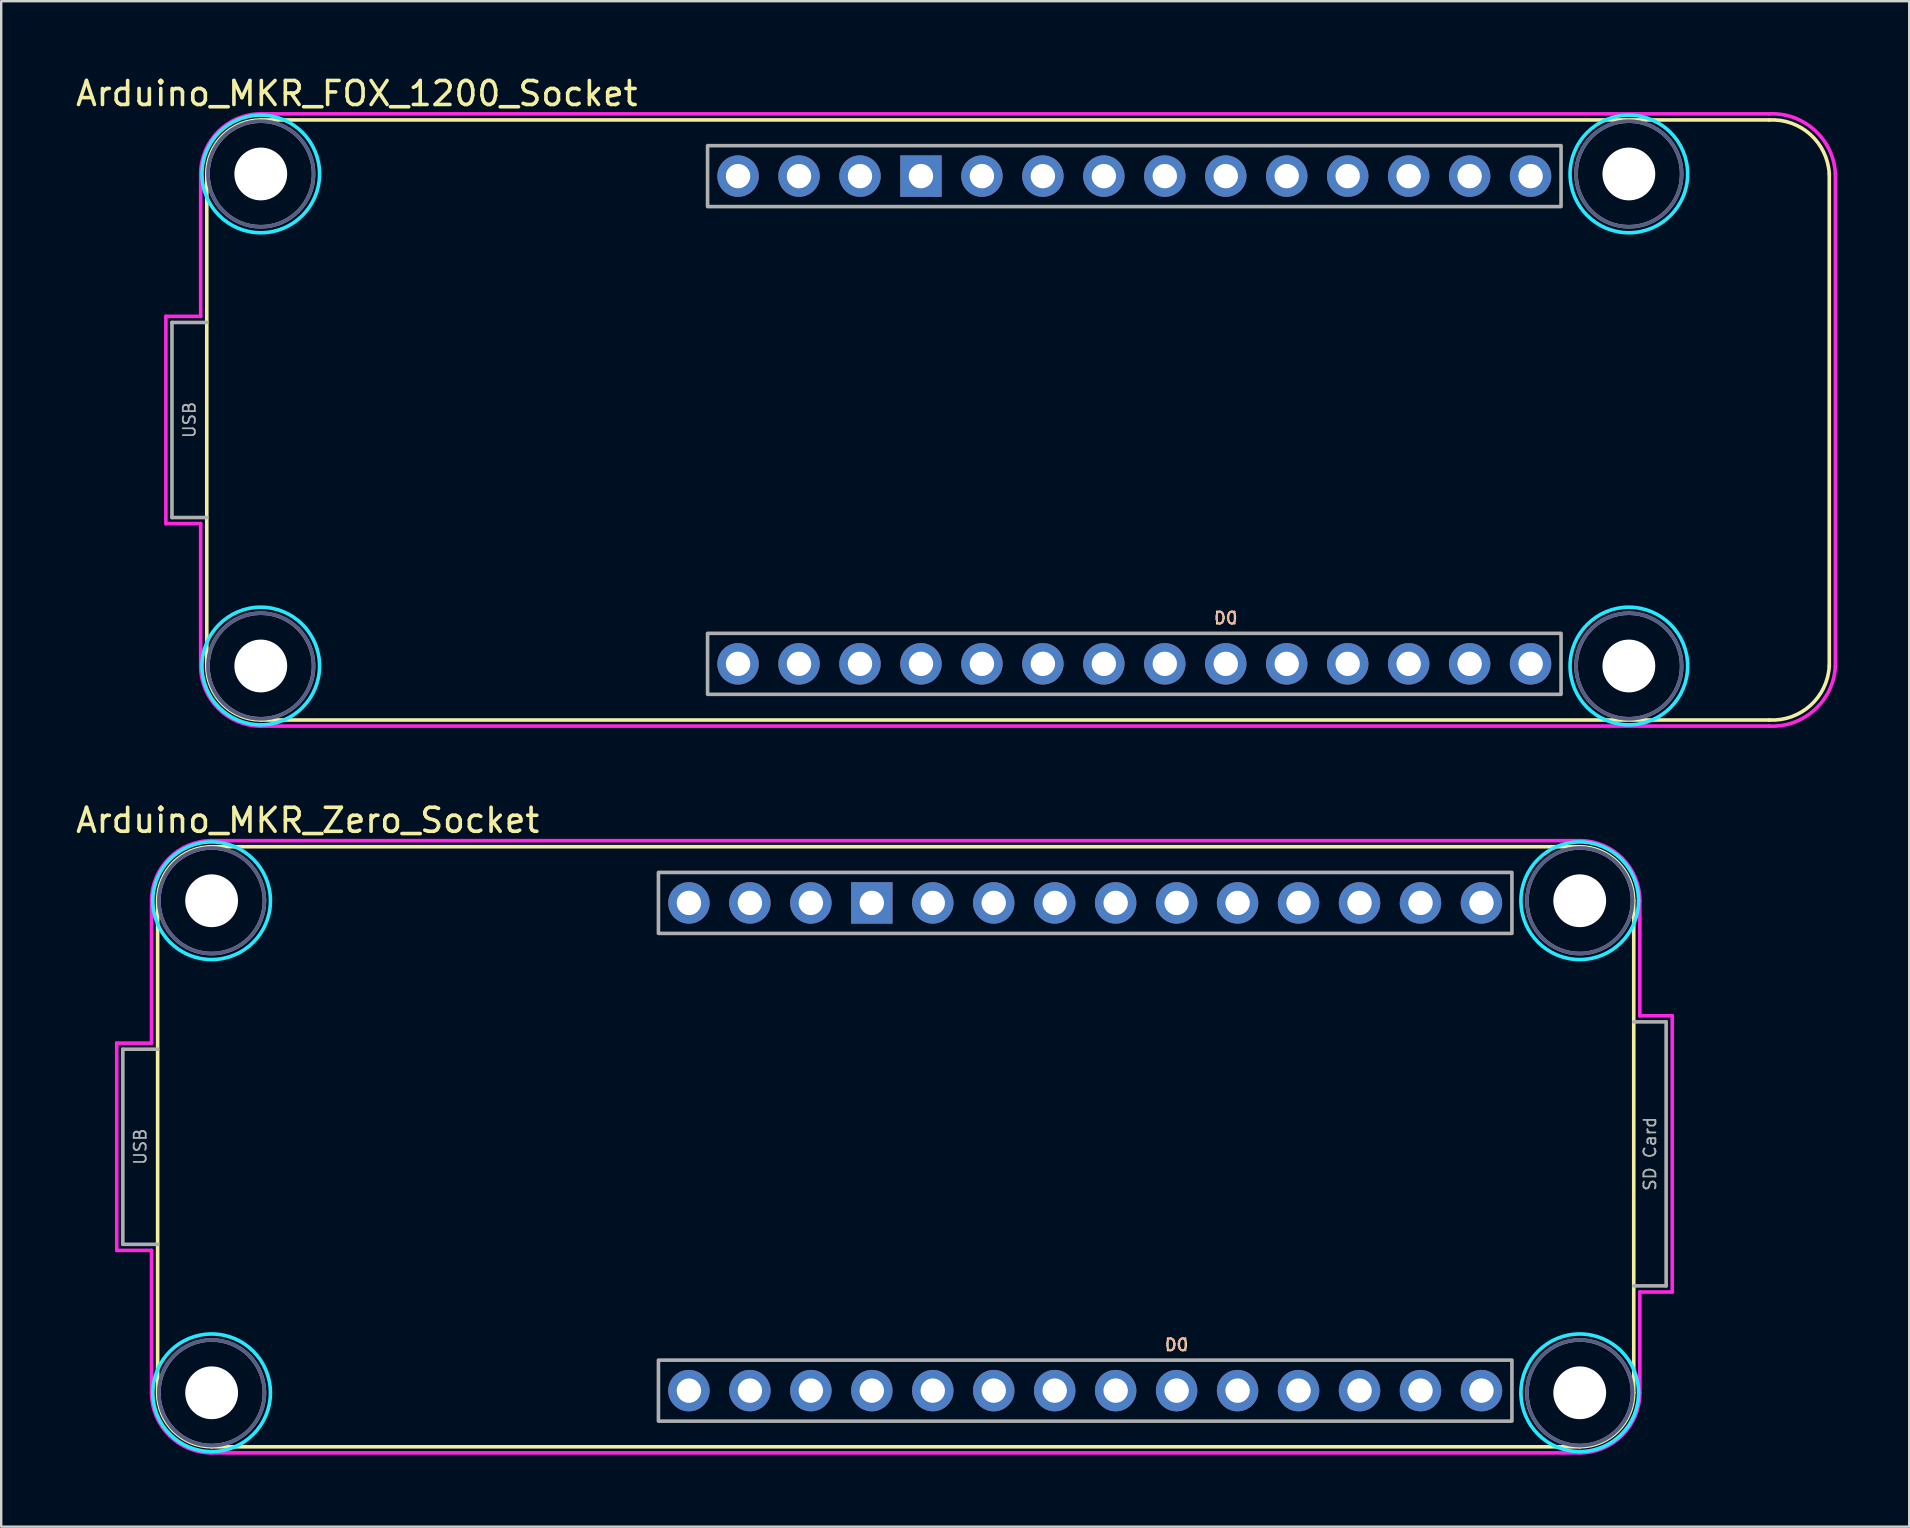
<source format=kicad_pcb>
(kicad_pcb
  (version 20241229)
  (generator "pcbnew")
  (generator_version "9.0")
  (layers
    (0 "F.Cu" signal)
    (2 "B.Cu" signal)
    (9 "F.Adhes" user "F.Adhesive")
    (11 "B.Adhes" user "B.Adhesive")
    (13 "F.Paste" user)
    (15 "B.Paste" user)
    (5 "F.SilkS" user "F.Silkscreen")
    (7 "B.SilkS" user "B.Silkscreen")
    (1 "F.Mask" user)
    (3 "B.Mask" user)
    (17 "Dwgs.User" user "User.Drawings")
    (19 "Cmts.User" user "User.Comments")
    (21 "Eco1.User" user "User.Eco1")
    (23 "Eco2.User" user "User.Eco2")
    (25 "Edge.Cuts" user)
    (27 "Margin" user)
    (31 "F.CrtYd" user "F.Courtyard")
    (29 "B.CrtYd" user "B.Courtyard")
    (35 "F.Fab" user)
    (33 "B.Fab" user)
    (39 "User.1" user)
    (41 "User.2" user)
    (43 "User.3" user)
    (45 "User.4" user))
  (footprint "Arduino_MKR_FOX_1200_Socket"
    (layer "F.Cu")
    (at 7.815 4.198)
    (property "Reference" "Arduino_MKR_FOX_1200_Socket" (at 4 -3.35 0) (unlocked yes) (layer "F.SilkS") (effects (font (size 1 1) (thickness 0.15))))
    (attr through_hole)
    (fp_line (start -2.25 20.5) (end -2.25 0) (stroke (width 0.15) (type solid)) (layer "F.SilkS"))
    (fp_line (start 0 -2.25) (end 62.846 -2.25) (stroke (width 0.15) (type solid)) (layer "F.SilkS"))
    (fp_line (start 0 22.75) (end 62.846 22.75) (stroke (width 0.15) (type solid)) (layer "F.SilkS"))
    (fp_line (start 65.35 20.5) (end 65.35 0) (stroke (width 0.15) (type solid)) (layer "F.SilkS"))
    (fp_arc (start -2.25 0) (mid -1.59099 -1.59099) (end 0 -2.25) (stroke (width 0.15) (type solid)) (layer "F.SilkS"))
    (fp_arc (start 0 22.75) (mid -1.59099 22.09099) (end -2.25 20.5) (stroke (width 0.15) (type solid)) (layer "F.SilkS"))
    (fp_arc (start 62.846 -2.25) (mid 64.56399 -1.643595) (end 65.35 0) (stroke (width 0.15) (type solid)) (layer "F.SilkS"))
    (fp_arc (start 65.35 20.5) (mid 64.56399 22.143595) (end 62.846 22.75) (stroke (width 0.15) (type solid)) (layer "F.SilkS"))
    (fp_circle (center 0 0) (end 2.45 0) (stroke (width 0.15) (type solid)) (fill no) (layer "B.CrtYd"))
    (fp_circle (center 0 20.5) (end 2.45 20.5) (stroke (width 0.15) (type solid)) (fill no) (layer "B.CrtYd"))
    (fp_circle (center 57 0) (end 59.45 0) (stroke (width 0.15) (type solid)) (fill no) (layer "B.CrtYd"))
    (fp_circle (center 57 20.5) (end 59.45 20.5) (stroke (width 0.15) (type solid)) (fill no) (layer "B.CrtYd"))
    (fp_line (start -3.954 5.932) (end -2.504 5.932) (stroke (width 0.15) (type solid)) (layer "F.CrtYd"))
    (fp_line (start -3.954 14.568) (end -3.954 5.932) (stroke (width 0.15) (type solid)) (layer "F.CrtYd"))
    (fp_line (start -2.504 5.932) (end -2.504 0) (stroke (width 0.15) (type solid)) (layer "F.CrtYd"))
    (fp_line (start -2.504 14.568) (end -3.954 14.568) (stroke (width 0.15) (type solid)) (layer "F.CrtYd"))
    (fp_line (start -2.504 20.5) (end -2.504 14.568) (stroke (width 0.15) (type solid)) (layer "F.CrtYd"))
    (fp_line (start 0 -2.504) (end 62.846 -2.504) (stroke (width 0.15) (type solid)) (layer "F.CrtYd"))
    (fp_line (start 62.846 23.004) (end 0 23.004) (stroke (width 0.15) (type solid)) (layer "F.CrtYd"))
    (fp_line (start 65.604 0) (end 65.604 20.5) (stroke (width 0.15) (type solid)) (layer "F.CrtYd"))
    (fp_arc (start -2.504 0) (mid -1.770595 -1.770595) (end 0 -2.504) (stroke (width 0.15) (type solid)) (layer "F.CrtYd"))
    (fp_arc (start 0 23.004) (mid -1.770595 22.270595) (end -2.504 20.5) (stroke (width 0.15) (type solid)) (layer "F.CrtYd"))
    (fp_arc (start 62.846 -2.504) (mid 64.743595 -1.823201) (end 65.604 0) (stroke (width 0.15) (type solid)) (layer "F.CrtYd"))
    (fp_arc (start 65.604 20.5) (mid 64.743595 22.323201) (end 62.846 23.004) (stroke (width 0.15) (type solid)) (layer "F.CrtYd"))
    (fp_circle (center 0 0) (end 2.2 0) (stroke (width 0.15) (type solid)) (fill no) (layer "B.Fab"))
    (fp_circle (center 0 20.5) (end 2.2 20.5) (stroke (width 0.15) (type solid)) (fill no) (layer "B.Fab"))
    (fp_circle (center 57 0) (end 59.2 0) (stroke (width 0.15) (type solid)) (fill no) (layer "B.Fab"))
    (fp_circle (center 57 20.5) (end 59.2 20.5) (stroke (width 0.15) (type solid)) (fill no) (layer "B.Fab"))
    (fp_line (start -3.7 6.186) (end -3.7 14.314) (stroke (width 0.15) (type solid)) (layer "F.Fab"))
    (fp_line (start -3.7 14.314) (end -2.25 14.314) (stroke (width 0.15) (type solid)) (layer "F.Fab"))
    (fp_line (start -2.25 6.186) (end -3.7 6.186) (stroke (width 0.15) (type solid)) (layer "F.Fab"))
    (fp_rect (start 18.615 -1.18) (end 54.175 1.36) (stroke (width 0.15) (type solid)) (fill no) (layer "F.Fab"))
    (fp_rect (start 18.615 19.14) (end 54.175 21.68) (stroke (width 0.15) (type solid)) (fill no) (layer "F.Fab"))
    (fp_circle (center 0 0) (end 2.2 0) (stroke (width 0.15) (type solid)) (fill no) (layer "F.Fab"))
    (fp_circle (center 0 20.5) (end 2.2 20.5) (stroke (width 0.15) (type solid)) (fill no) (layer "F.Fab"))
    (fp_circle (center 57 0) (end 59.2 0) (stroke (width 0.15) (type solid)) (fill no) (layer "F.Fab"))
    (fp_circle (center 57 20.5) (end 59.2 20.5) (stroke (width 0.15) (type solid)) (fill no) (layer "F.Fab"))
    (fp_text user "D0" (at 40.205 18.505 0) (unlocked yes) (layer "F.SilkS") (effects (font (size 0.5 0.5) (thickness 0.075))))
    (fp_text user "D0" (at 40.205 18.505 0) (unlocked yes) (layer "B.SilkS") (effects (font (size 0.5 0.5) (thickness 0.075)) (justify mirror)))
    (fp_text user "USB" (at -2.975 10.25 270) (layer "F.Fab") (effects (font (size 0.5 0.5) (thickness 0.075))))
    (pad "" np_thru_hole circle (at 0 0) (size 2.2 2.2) (drill 2.2) (layers "*.Cu" "*.Mask"))
    (pad "" np_thru_hole circle (at 0 20.5) (size 2.2 2.2) (drill 2.2) (layers "*.Cu" "*.Mask"))
    (pad "" np_thru_hole circle (at 57 0) (size 2.2 2.2) (drill 2.2) (layers "*.Cu" "*.Mask"))
    (pad "" np_thru_hole circle (at 57 20.5) (size 2.2 2.2) (drill 2.2) (layers "*.Cu" "*.Mask"))
    (pad "3V3" thru_hole circle (at 24.965 0.09) (size 1.727 1.727) (drill 1.016) (layers "*.Cu" "*.Mask"))
    (pad "5V" thru_hole circle (at 19.885 0.09) (size 1.727 1.727) (drill 1.016) (layers "*.Cu" "*.Mask"))
    (pad "A0" thru_hole circle (at 22.425 20.41) (size 1.727 1.727) (drill 1.016) (layers "*.Cu" "*.Mask"))
    (pad "A1" thru_hole circle (at 24.965 20.41) (size 1.727 1.727) (drill 1.016) (layers "*.Cu" "*.Mask"))
    (pad "A2" thru_hole circle (at 27.505 20.41) (size 1.727 1.727) (drill 1.016) (layers "*.Cu" "*.Mask"))
    (pad "A3" thru_hole circle (at 30.045 20.41) (size 1.727 1.727) (drill 1.016) (layers "*.Cu" "*.Mask"))
    (pad "A4" thru_hole circle (at 32.585 20.41) (size 1.727 1.727) (drill 1.016) (layers "*.Cu" "*.Mask"))
    (pad "A5" thru_hole circle (at 35.125 20.41) (size 1.727 1.727) (drill 1.016) (layers "*.Cu" "*.Mask"))
    (pad "A6" thru_hole circle (at 37.665 20.41) (size 1.727 1.727) (drill 1.016) (layers "*.Cu" "*.Mask"))
    (pad "AREF" thru_hole circle (at 19.885 20.41) (size 1.727 1.727) (drill 1.016) (layers "*.Cu" "*.Mask"))
    (pad "D0" thru_hole circle (at 40.205 20.41) (size 1.727 1.727) (drill 1.016) (layers "*.Cu" "*.Mask"))
    (pad "D1" thru_hole circle (at 42.745 20.41) (size 1.727 1.727) (drill 1.016) (layers "*.Cu" "*.Mask"))
    (pad "D2" thru_hole circle (at 45.285 20.41) (size 1.727 1.727) (drill 1.016) (layers "*.Cu" "*.Mask"))
    (pad "D3" thru_hole circle (at 47.825 20.41) (size 1.727 1.727) (drill 1.016) (layers "*.Cu" "*.Mask"))
    (pad "D4" thru_hole circle (at 50.365 20.41) (size 1.727 1.727) (drill 1.016) (layers "*.Cu" "*.Mask"))
    (pad "D5" thru_hole circle (at 52.905 20.41) (size 1.727 1.727) (drill 1.016) (layers "*.Cu" "*.Mask"))
    (pad "D6" thru_hole circle (at 52.905 0.09) (size 1.727 1.727) (drill 1.016) (layers "*.Cu" "*.Mask"))
    (pad "D7" thru_hole circle (at 50.365 0.09) (size 1.727 1.727) (drill 1.016) (layers "*.Cu" "*.Mask"))
    (pad "D8" thru_hole circle (at 47.825 0.09) (size 1.727 1.727) (drill 1.016) (layers "*.Cu" "*.Mask"))
    (pad "D9" thru_hole circle (at 45.285 0.09) (size 1.727 1.727) (drill 1.016) (layers "*.Cu" "*.Mask"))
    (pad "D10" thru_hole circle (at 42.745 0.09) (size 1.727 1.727) (drill 1.016) (layers "*.Cu" "*.Mask"))
    (pad "D11" thru_hole circle (at 40.205 0.09) (size 1.727 1.727) (drill 1.016) (layers "*.Cu" "*.Mask"))
    (pad "D12" thru_hole circle (at 37.665 0.09) (size 1.727 1.727) (drill 1.016) (layers "*.Cu" "*.Mask"))
    (pad "D13" thru_hole circle (at 35.125 0.09) (size 1.727 1.727) (drill 1.016) (layers "*.Cu" "*.Mask"))
    (pad "D14" thru_hole circle (at 32.585 0.09) (size 1.727 1.727) (drill 1.016) (layers "*.Cu" "*.Mask"))
    (pad "GND" thru_hole rect (at 27.505 0.09) (size 1.727 1.727) (drill 1.016) (layers "*.Cu" "*.Mask"))
    (pad "RST" thru_hole circle (at 30.045 0.09) (size 1.727 1.727) (drill 1.016) (layers "*.Cu" "*.Mask"))
    (pad "VIN" thru_hole circle (at 22.425 0.09) (size 1.727 1.727) (drill 1.016) (layers "*.Cu" "*.Mask")))
  (footprint "Arduino_MKR_Zero_Socket"
    (layer "F.Cu")
    (at 5.768 34.479)
    (property "Reference" "Arduino_MKR_Zero_Socket" (at 4 -3.35 0) (unlocked yes) (layer "F.SilkS") (effects (font (size 1 1) (thickness 0.15))))
    (attr through_hole)
    (fp_line (start -2.25 20.5) (end -2.25 0) (stroke (width 0.15) (type solid)) (layer "F.SilkS"))
    (fp_line (start 0 -2.25) (end 57 -2.25) (stroke (width 0.15) (type solid)) (layer "F.SilkS"))
    (fp_line (start 0 22.75) (end 57 22.75) (stroke (width 0.15) (type solid)) (layer "F.SilkS"))
    (fp_line (start 59.25 20.5) (end 59.25 0) (stroke (width 0.15) (type solid)) (layer "F.SilkS"))
    (fp_arc (start -2.25 0) (mid -1.59099 -1.59099) (end 0 -2.25) (stroke (width 0.15) (type solid)) (layer "F.SilkS"))
    (fp_arc (start 0 22.75) (mid -1.59099 22.09099) (end -2.25 20.5) (stroke (width 0.15) (type solid)) (layer "F.SilkS"))
    (fp_arc (start 57 -2.25) (mid 58.59099 -1.59099) (end 59.25 0) (stroke (width 0.15) (type solid)) (layer "F.SilkS"))
    (fp_arc (start 59.25 20.5) (mid 58.59099 22.09099) (end 57 22.75) (stroke (width 0.15) (type solid)) (layer "F.SilkS"))
    (fp_circle (center 0 0) (end 2.45 0) (stroke (width 0.15) (type solid)) (fill no) (layer "B.CrtYd"))
    (fp_circle (center 0 20.5) (end 2.45 20.5) (stroke (width 0.15) (type solid)) (fill no) (layer "B.CrtYd"))
    (fp_circle (center 57 0) (end 59.45 0) (stroke (width 0.15) (type solid)) (fill no) (layer "B.CrtYd"))
    (fp_circle (center 57 20.5) (end 59.45 20.5) (stroke (width 0.15) (type solid)) (fill no) (layer "B.CrtYd"))
    (fp_line (start -3.954 5.932) (end -2.504 5.932) (stroke (width 0.15) (type solid)) (layer "F.CrtYd"))
    (fp_line (start -3.954 14.568) (end -3.954 5.932) (stroke (width 0.15) (type solid)) (layer "F.CrtYd"))
    (fp_line (start -2.504 5.932) (end -2.504 0) (stroke (width 0.15) (type solid)) (layer "F.CrtYd"))
    (fp_line (start -2.504 14.568) (end -3.954 14.568) (stroke (width 0.15) (type solid)) (layer "F.CrtYd"))
    (fp_line (start -2.504 20.5) (end -2.504 14.568) (stroke (width 0.15) (type solid)) (layer "F.CrtYd"))
    (fp_line (start 0 -2.504) (end 57 -2.504) (stroke (width 0.15) (type solid)) (layer "F.CrtYd"))
    (fp_line (start 57 23.004) (end 0 23.004) (stroke (width 0.15) (type solid)) (layer "F.CrtYd"))
    (fp_line (start 59.504 0) (end 59.504 4.792) (stroke (width 0.15) (type solid)) (layer "F.CrtYd"))
    (fp_line (start 59.504 4.792) (end 60.854 4.792) (stroke (width 0.15) (type solid)) (layer "F.CrtYd"))
    (fp_line (start 59.504 16.3) (end 59.504 20.5) (stroke (width 0.15) (type solid)) (layer "F.CrtYd"))
    (fp_line (start 60.854 4.792) (end 60.854 16.3) (stroke (width 0.15) (type solid)) (layer "F.CrtYd"))
    (fp_line (start 60.854 16.3) (end 59.504 16.3) (stroke (width 0.15) (type solid)) (layer "F.CrtYd"))
    (fp_arc (start -2.504 0) (mid -1.770595 -1.770595) (end 0 -2.504) (stroke (width 0.15) (type solid)) (layer "F.CrtYd"))
    (fp_arc (start 0 23.004) (mid -1.770595 22.270595) (end -2.504 20.5) (stroke (width 0.15) (type solid)) (layer "F.CrtYd"))
    (fp_arc (start 57 -2.504) (mid 58.770595 -1.770595) (end 59.504 0) (stroke (width 0.15) (type solid)) (layer "F.CrtYd"))
    (fp_arc (start 59.504 20.5) (mid 58.770595 22.270595) (end 57 23.004) (stroke (width 0.15) (type solid)) (layer "F.CrtYd"))
    (fp_circle (center 0 0) (end 2.2 0) (stroke (width 0.15) (type solid)) (fill no) (layer "B.Fab"))
    (fp_circle (center 0 20.5) (end 2.2 20.5) (stroke (width 0.15) (type solid)) (fill no) (layer "B.Fab"))
    (fp_circle (center 57 0) (end 59.2 0) (stroke (width 0.15) (type solid)) (fill no) (layer "B.Fab"))
    (fp_circle (center 57 20.5) (end 59.2 20.5) (stroke (width 0.15) (type solid)) (fill no) (layer "B.Fab"))
    (fp_line (start -3.7 6.186) (end -3.7 14.314) (stroke (width 0.15) (type solid)) (layer "F.Fab"))
    (fp_line (start -3.7 14.314) (end -2.25 14.314) (stroke (width 0.15) (type solid)) (layer "F.Fab"))
    (fp_line (start -2.25 6.186) (end -3.7 6.186) (stroke (width 0.15) (type solid)) (layer "F.Fab"))
    (fp_line (start 59.25 5.046) (end 60.6 5.046) (stroke (width 0.15) (type solid)) (layer "F.Fab"))
    (fp_line (start 60.6 5.046) (end 60.6 16.046) (stroke (width 0.15) (type solid)) (layer "F.Fab"))
    (fp_line (start 60.6 16.046) (end 59.25 16.046) (stroke (width 0.15) (type solid)) (layer "F.Fab"))
    (fp_rect (start 18.615 -1.18) (end 54.175 1.36) (stroke (width 0.15) (type solid)) (fill no) (layer "F.Fab"))
    (fp_rect (start 18.615 19.14) (end 54.175 21.68) (stroke (width 0.15) (type solid)) (fill no) (layer "F.Fab"))
    (fp_circle (center 0 0) (end 2.2 0) (stroke (width 0.15) (type solid)) (fill no) (layer "F.Fab"))
    (fp_circle (center 0 20.5) (end 2.2 20.5) (stroke (width 0.15) (type solid)) (fill no) (layer "F.Fab"))
    (fp_circle (center 57 0) (end 59.2 0) (stroke (width 0.15) (type solid)) (fill no) (layer "F.Fab"))
    (fp_circle (center 57 20.5) (end 59.2 20.5) (stroke (width 0.15) (type solid)) (fill no) (layer "F.Fab"))
    (fp_text user "D0" (at 40.205 18.505 0) (unlocked yes) (layer "F.SilkS") (effects (font (size 0.5 0.5) (thickness 0.075))))
    (fp_text user "D0" (at 40.202 18.502 0) (unlocked yes) (layer "B.SilkS") (effects (font (size 0.5 0.5) (thickness 0.075)) (justify mirror)))
    (fp_text user "SD Card" (at 59.925 10.546 270) (layer "F.Fab") (effects (font (size 0.5 0.5) (thickness 0.075))))
    (fp_text user "USB" (at -2.975 10.25 270) (layer "F.Fab") (effects (font (size 0.5 0.5) (thickness 0.075))))
    (pad "" np_thru_hole circle (at 0 0) (size 2.2 2.2) (drill 2.2) (layers "*.Cu" "*.Mask"))
    (pad "" np_thru_hole circle (at 0 20.5) (size 2.2 2.2) (drill 2.2) (layers "*.Cu" "*.Mask"))
    (pad "" np_thru_hole circle (at 57 0) (size 2.2 2.2) (drill 2.2) (layers "*.Cu" "*.Mask"))
    (pad "" np_thru_hole circle (at 57 20.5) (size 2.2 2.2) (drill 2.2) (layers "*.Cu" "*.Mask"))
    (pad "3V3" thru_hole circle (at 24.965 0.09) (size 1.727 1.727) (drill 1.016) (layers "*.Cu" "*.Mask"))
    (pad "5V" thru_hole circle (at 19.885 0.09) (size 1.727 1.727) (drill 1.016) (layers "*.Cu" "*.Mask"))
    (pad "A0" thru_hole circle (at 22.425 20.41) (size 1.727 1.727) (drill 1.016) (layers "*.Cu" "*.Mask"))
    (pad "A1" thru_hole circle (at 24.965 20.41) (size 1.727 1.727) (drill 1.016) (layers "*.Cu" "*.Mask"))
    (pad "A2" thru_hole circle (at 27.505 20.41) (size 1.727 1.727) (drill 1.016) (layers "*.Cu" "*.Mask"))
    (pad "A3" thru_hole circle (at 30.045 20.41) (size 1.727 1.727) (drill 1.016) (layers "*.Cu" "*.Mask"))
    (pad "A4" thru_hole circle (at 32.585 20.41) (size 1.727 1.727) (drill 1.016) (layers "*.Cu" "*.Mask"))
    (pad "A5" thru_hole circle (at 35.125 20.41) (size 1.727 1.727) (drill 1.016) (layers "*.Cu" "*.Mask"))
    (pad "A6" thru_hole circle (at 37.665 20.41) (size 1.727 1.727) (drill 1.016) (layers "*.Cu" "*.Mask"))
    (pad "AREF" thru_hole circle (at 19.885 20.41) (size 1.727 1.727) (drill 1.016) (layers "*.Cu" "*.Mask"))
    (pad "D0" thru_hole circle (at 40.205 20.41) (size 1.727 1.727) (drill 1.016) (layers "*.Cu" "*.Mask"))
    (pad "D1" thru_hole circle (at 42.745 20.41) (size 1.727 1.727) (drill 1.016) (layers "*.Cu" "*.Mask"))
    (pad "D2" thru_hole circle (at 45.285 20.41) (size 1.727 1.727) (drill 1.016) (layers "*.Cu" "*.Mask"))
    (pad "D3" thru_hole circle (at 47.825 20.41) (size 1.727 1.727) (drill 1.016) (layers "*.Cu" "*.Mask"))
    (pad "D4" thru_hole circle (at 50.365 20.41) (size 1.727 1.727) (drill 1.016) (layers "*.Cu" "*.Mask"))
    (pad "D5" thru_hole circle (at 52.905 20.41) (size 1.727 1.727) (drill 1.016) (layers "*.Cu" "*.Mask"))
    (pad "D6" thru_hole circle (at 52.905 0.09) (size 1.727 1.727) (drill 1.016) (layers "*.Cu" "*.Mask"))
    (pad "D7" thru_hole circle (at 50.365 0.09) (size 1.727 1.727) (drill 1.016) (layers "*.Cu" "*.Mask"))
    (pad "D8" thru_hole circle (at 47.825 0.09) (size 1.727 1.727) (drill 1.016) (layers "*.Cu" "*.Mask"))
    (pad "D9" thru_hole circle (at 45.285 0.09) (size 1.727 1.727) (drill 1.016) (layers "*.Cu" "*.Mask"))
    (pad "D10" thru_hole circle (at 42.745 0.09) (size 1.727 1.727) (drill 1.016) (layers "*.Cu" "*.Mask"))
    (pad "D11" thru_hole circle (at 40.205 0.09) (size 1.727 1.727) (drill 1.016) (layers "*.Cu" "*.Mask"))
    (pad "D12" thru_hole circle (at 37.665 0.09) (size 1.727 1.727) (drill 1.016) (layers "*.Cu" "*.Mask"))
    (pad "D13" thru_hole circle (at 35.125 0.09) (size 1.727 1.727) (drill 1.016) (layers "*.Cu" "*.Mask"))
    (pad "D14" thru_hole circle (at 32.585 0.09) (size 1.727 1.727) (drill 1.016) (layers "*.Cu" "*.Mask"))
    (pad "GND" thru_hole rect (at 27.505 0.09) (size 1.727 1.727) (drill 1.016) (layers "*.Cu" "*.Mask"))
    (pad "RST" thru_hole circle (at 30.045 0.09) (size 1.727 1.727) (drill 1.016) (layers "*.Cu" "*.Mask"))
    (pad "VIN" thru_hole circle (at 22.425 0.09) (size 1.727 1.727) (drill 1.016) (layers "*.Cu" "*.Mask")))
  (gr_rect
    (start -3 -3)
    (end 76.494 60.558)
    (stroke (width 0.1) (type default))
    (fill no)
    (layer "Edge.Cuts")))
</source>
